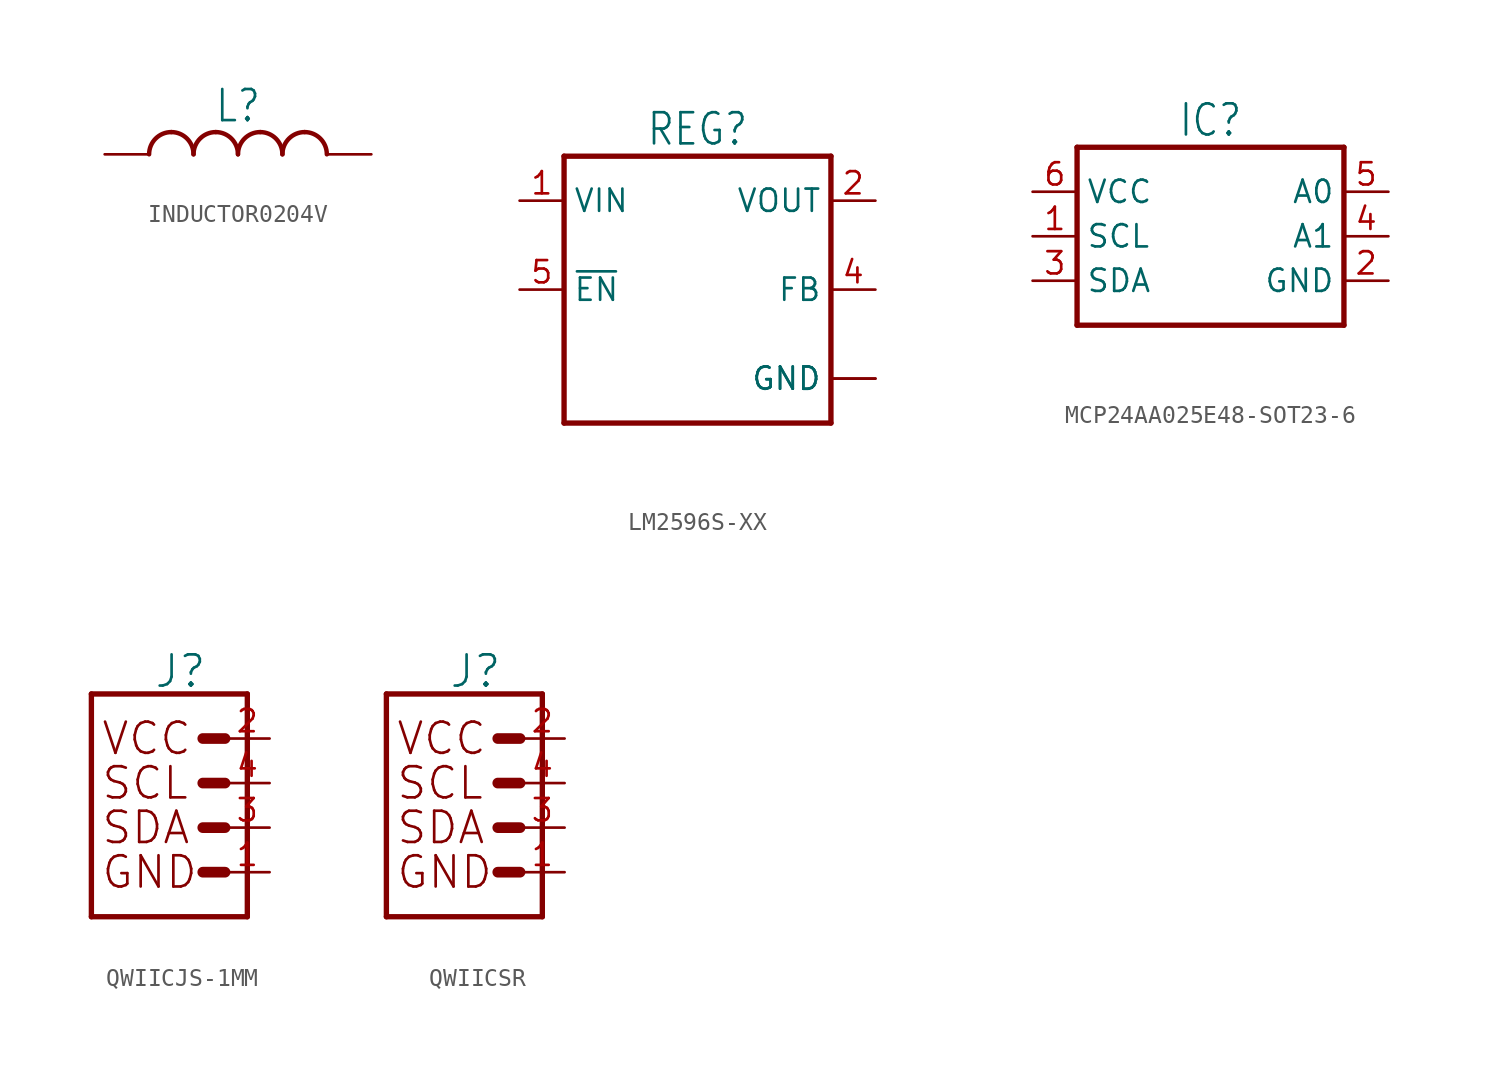
<source format=kicad_sym>
(kicad_symbol_lib
  (version 20220914)
  (generator kicad_symbol_editor)
  (symbol "INDUCTOR0204V"
    (property "Reference" "L"
      (at 0 3.81 0)
      (effects (font (size 1.778 1.511)) (justify top)))
    (property "Value" ""
      (at 0 -1.27 0)
      (effects (font (size 1.778 1.511)) (justify top)))
    (property "ki_locked" ""
      (at 0 0 0)
      (effects (font (size 1.27 1.27))))
    (symbol "INDUCTOR0204V_1_0"
      (arc (start -3.81 1.27) (mid -4.708 0.898) (end -5.08 0) (stroke (width 0.254) (type solid)) (fill (type none)))
      (arc (start -2.54 0) (mid -2.912 0.898) (end -3.81 1.27) (stroke (width 0.254) (type solid)) (fill (type none)))
      (arc (start -1.27 1.27) (mid -2.168 0.898) (end -2.54 0) (stroke (width 0.254) (type solid)) (fill (type none)))
      (arc (start 0 0) (mid -0.372 0.898) (end -1.27 1.27) (stroke (width 0.254) (type solid)) (fill (type none)))
      (arc (start 1.27 1.27) (mid 0.372 0.898) (end 0 0) (stroke (width 0.254) (type solid)) (fill (type none)))
      (arc (start 2.54 0) (mid 2.168 0.898) (end 1.27 1.27) (stroke (width 0.254) (type solid)) (fill (type none)))
      (arc (start 3.81 1.27) (mid 2.912 0.898) (end 2.54 0) (stroke (width 0.254) (type solid)) (fill (type none)))
      (arc (start 5.08 0) (mid 4.708 0.898) (end 3.81 1.27) (stroke (width 0.254) (type solid)) (fill (type none)))
      (pin passive line (at -7.62 0 0) (length 2.54) (name "1" (effects (font (size 0 0)))) (number "1" (effects (font (size 0 0)))))
      (pin passive line (at 7.62 0 180) (length 2.54) (name "2" (effects (font (size 0 0)))) (number "2" (effects (font (size 0 0)))))))
  (symbol "LM2596S-XX"
    (property "Reference" "REG"
      (at 0 8.128 0)
      (effects (font (size 1.778 1.511)) (justify bottom)))
    (property "Value" ""
      (at 0 -10.16 0)
      (effects (font (size 1.778 1.511)) (justify bottom)))
    (property "ki_locked" ""
      (at 0 0 0)
      (effects (font (size 1.27 1.27))))
    (symbol "LM2596S-XX_1_0"
      (polyline (pts (xy -7.62 7.62) (xy -7.62 -7.62)) (stroke (width 0.305) (type solid)) (fill (type none)))
      (polyline (pts (xy -7.62 7.62) (xy 7.62 7.62)) (stroke (width 0.305) (type solid)) (fill (type none)))
      (polyline (pts (xy 7.62 -7.62) (xy -7.62 -7.62)) (stroke (width 0.305) (type solid)) (fill (type none)))
      (polyline (pts (xy 7.62 -7.62) (xy 7.62 7.62)) (stroke (width 0.305) (type solid)) (fill (type none)))
      (pin input line (at -10.16 5.08 0) (length 2.54) (name "VIN" (effects (font (size 1.27 1.27)))) (number "1" (effects (font (size 1.27 1.27)))))
      (pin output line (at 10.16 5.08 180) (length 2.54) (name "VOUT" (effects (font (size 1.27 1.27)))) (number "2" (effects (font (size 1.27 1.27)))))
      (pin bidirectional line (at 10.16 -5.08 180) (length 2.54) (name "GND" (effects (font (size 1.27 1.27)))) (number "3" (effects (font (size 0 0)))))
      (pin bidirectional line (at 10.16 0 180) (length 2.54) (name "FB" (effects (font (size 1.27 1.27)))) (number "4" (effects (font (size 1.27 1.27)))))
      (pin bidirectional line (at -10.16 0 0) (length 2.54) (name "~{EN}" (effects (font (size 1.27 1.27)))) (number "5" (effects (font (size 1.27 1.27)))))
      (pin bidirectional line (at 10.16 -5.08 180) (length 2.54) (name "GND" (effects (font (size 1.27 1.27)))) (number "6" (effects (font (size 0 0)))))))
  (symbol "MCP24AA025E48-SOT23-6"
    (property "Reference" "IC"
      (at 0 5.588 0)
      (effects (font (size 1.778 1.511)) (justify bottom)))
    (property "Value" ""
      (at 0 -7.62 0)
      (effects (font (size 1.778 1.511)) (justify bottom)))
    (property "ki_locked" ""
      (at 0 0 0)
      (effects (font (size 1.27 1.27))))
    (symbol "MCP24AA025E48-SOT23-6_1_0"
      (polyline (pts (xy -7.62 -5.08) (xy 7.62 -5.08)) (stroke (width 0.305) (type solid)) (fill (type none)))
      (polyline (pts (xy -7.62 5.08) (xy -7.62 -5.08)) (stroke (width 0.305) (type solid)) (fill (type none)))
      (polyline (pts (xy 7.62 -5.08) (xy 7.62 5.08)) (stroke (width 0.305) (type solid)) (fill (type none)))
      (polyline (pts (xy 7.62 5.08) (xy -7.62 5.08)) (stroke (width 0.305) (type solid)) (fill (type none)))
      (pin bidirectional line (at -10.16 0 0) (length 2.54) (name "SCL" (effects (font (size 1.27 1.27)))) (number "1" (effects (font (size 1.27 1.27)))))
      (pin power_in line (at 10.16 -2.54 180) (length 2.54) (name "GND" (effects (font (size 1.27 1.27)))) (number "2" (effects (font (size 1.27 1.27)))))
      (pin bidirectional line (at -10.16 -2.54 0) (length 2.54) (name "SDA" (effects (font (size 1.27 1.27)))) (number "3" (effects (font (size 1.27 1.27)))))
      (pin input line (at 10.16 0 180) (length 2.54) (name "A1" (effects (font (size 1.27 1.27)))) (number "4" (effects (font (size 1.27 1.27)))))
      (pin input line (at 10.16 2.54 180) (length 2.54) (name "A0" (effects (font (size 1.27 1.27)))) (number "5" (effects (font (size 1.27 1.27)))))
      (pin power_in line (at -10.16 2.54 0) (length 2.54) (name "VCC" (effects (font (size 1.27 1.27)))) (number "6" (effects (font (size 1.27 1.27)))))))
  (symbol "QWIICJS-1MM"
    (property "Reference" "J"
      (at 0 7.874 0)
      (effects (font (size 1.778 1.778)) (justify bottom)))
    (property "Value" ""
      (at 0 -5.334 0)
      (effects (font (size 1.778 1.778)) (justify top)))
    (property "ki_locked" ""
      (at 0 0 0)
      (effects (font (size 1.27 1.27))))
    (symbol "QWIICJS-1MM_1_0"
      (polyline (pts (xy -5.08 7.62) (xy -5.08 -5.08)) (stroke (width 0.305) (type solid)) (fill (type none)))
      (polyline (pts (xy -5.08 7.62) (xy 3.81 7.62)) (stroke (width 0.305) (type solid)) (fill (type none)))
      (polyline (pts (xy 1.27 -2.54) (xy 2.54 -2.54)) (stroke (width 0.61) (type solid)) (fill (type none)))
      (polyline (pts (xy 1.27 0) (xy 2.54 0)) (stroke (width 0.61) (type solid)) (fill (type none)))
      (polyline (pts (xy 1.27 2.54) (xy 2.54 2.54)) (stroke (width 0.61) (type solid)) (fill (type none)))
      (polyline (pts (xy 1.27 5.08) (xy 2.54 5.08)) (stroke (width 0.61) (type solid)) (fill (type none)))
      (polyline (pts (xy 3.81 -5.08) (xy -5.08 -5.08)) (stroke (width 0.305) (type solid)) (fill (type none)))
      (polyline (pts (xy 3.81 -5.08) (xy 3.81 7.62)) (stroke (width 0.305) (type solid)) (fill (type none)))
      (text "GND" (at -4.572 -2.54 0) (effects (font (size 1.778 1.778)) (justify left)))
      (text "SCL" (at -4.572 2.54 0) (effects (font (size 1.778 1.778)) (justify left)))
      (text "SDA" (at -4.572 0 0) (effects (font (size 1.778 1.778)) (justify left)))
      (text "VCC" (at -4.572 5.08 0) (effects (font (size 1.778 1.778)) (justify left)))
      (pin power_in line (at 5.08 -2.54 180) (length 2.54) (name "1" (effects (font (size 0 0)))) (number "1" (effects (font (size 1.27 1.27)))))
      (pin power_in line (at 5.08 5.08 180) (length 2.54) (name "2" (effects (font (size 0 0)))) (number "2" (effects (font (size 1.27 1.27)))))
      (pin passive line (at 5.08 0 180) (length 2.54) (name "3" (effects (font (size 0 0)))) (number "3" (effects (font (size 1.27 1.27)))))
      (pin passive line (at 5.08 2.54 180) (length 2.54) (name "4" (effects (font (size 0 0)))) (number "4" (effects (font (size 1.27 1.27)))))))
  (symbol "QWIICSR"
    (property "Reference" "J"
      (at 0 7.874 0)
      (effects (font (size 1.778 1.778)) (justify bottom)))
    (property "Value" ""
      (at 0 -5.334 0)
      (effects (font (size 1.778 1.778)) (justify top)))
    (property "ki_locked" ""
      (at 0 0 0)
      (effects (font (size 1.27 1.27))))
    (symbol "QWIICSR_1_0"
      (polyline (pts (xy -5.08 7.62) (xy -5.08 -5.08)) (stroke (width 0.305) (type solid)) (fill (type none)))
      (polyline (pts (xy -5.08 7.62) (xy 3.81 7.62)) (stroke (width 0.305) (type solid)) (fill (type none)))
      (polyline (pts (xy 1.27 -2.54) (xy 2.54 -2.54)) (stroke (width 0.61) (type solid)) (fill (type none)))
      (polyline (pts (xy 1.27 0) (xy 2.54 0)) (stroke (width 0.61) (type solid)) (fill (type none)))
      (polyline (pts (xy 1.27 2.54) (xy 2.54 2.54)) (stroke (width 0.61) (type solid)) (fill (type none)))
      (polyline (pts (xy 1.27 5.08) (xy 2.54 5.08)) (stroke (width 0.61) (type solid)) (fill (type none)))
      (polyline (pts (xy 3.81 -5.08) (xy -5.08 -5.08)) (stroke (width 0.305) (type solid)) (fill (type none)))
      (polyline (pts (xy 3.81 -5.08) (xy 3.81 7.62)) (stroke (width 0.305) (type solid)) (fill (type none)))
      (text "GND" (at -4.572 -2.54 0) (effects (font (size 1.778 1.778)) (justify left)))
      (text "SCL" (at -4.572 2.54 0) (effects (font (size 1.778 1.778)) (justify left)))
      (text "SDA" (at -4.572 0 0) (effects (font (size 1.778 1.778)) (justify left)))
      (text "VCC" (at -4.572 5.08 0) (effects (font (size 1.778 1.778)) (justify left)))
      (pin power_in line (at 5.08 -2.54 180) (length 2.54) (name "1" (effects (font (size 0 0)))) (number "1" (effects (font (size 1.27 1.27)))))
      (pin power_in line (at 5.08 5.08 180) (length 2.54) (name "2" (effects (font (size 0 0)))) (number "2" (effects (font (size 1.27 1.27)))))
      (pin passive line (at 5.08 0 180) (length 2.54) (name "3" (effects (font (size 0 0)))) (number "3" (effects (font (size 1.27 1.27)))))
      (pin passive line (at 5.08 2.54 180) (length 2.54) (name "4" (effects (font (size 0 0)))) (number "4" (effects (font (size 1.27 1.27))))))))
</source>
